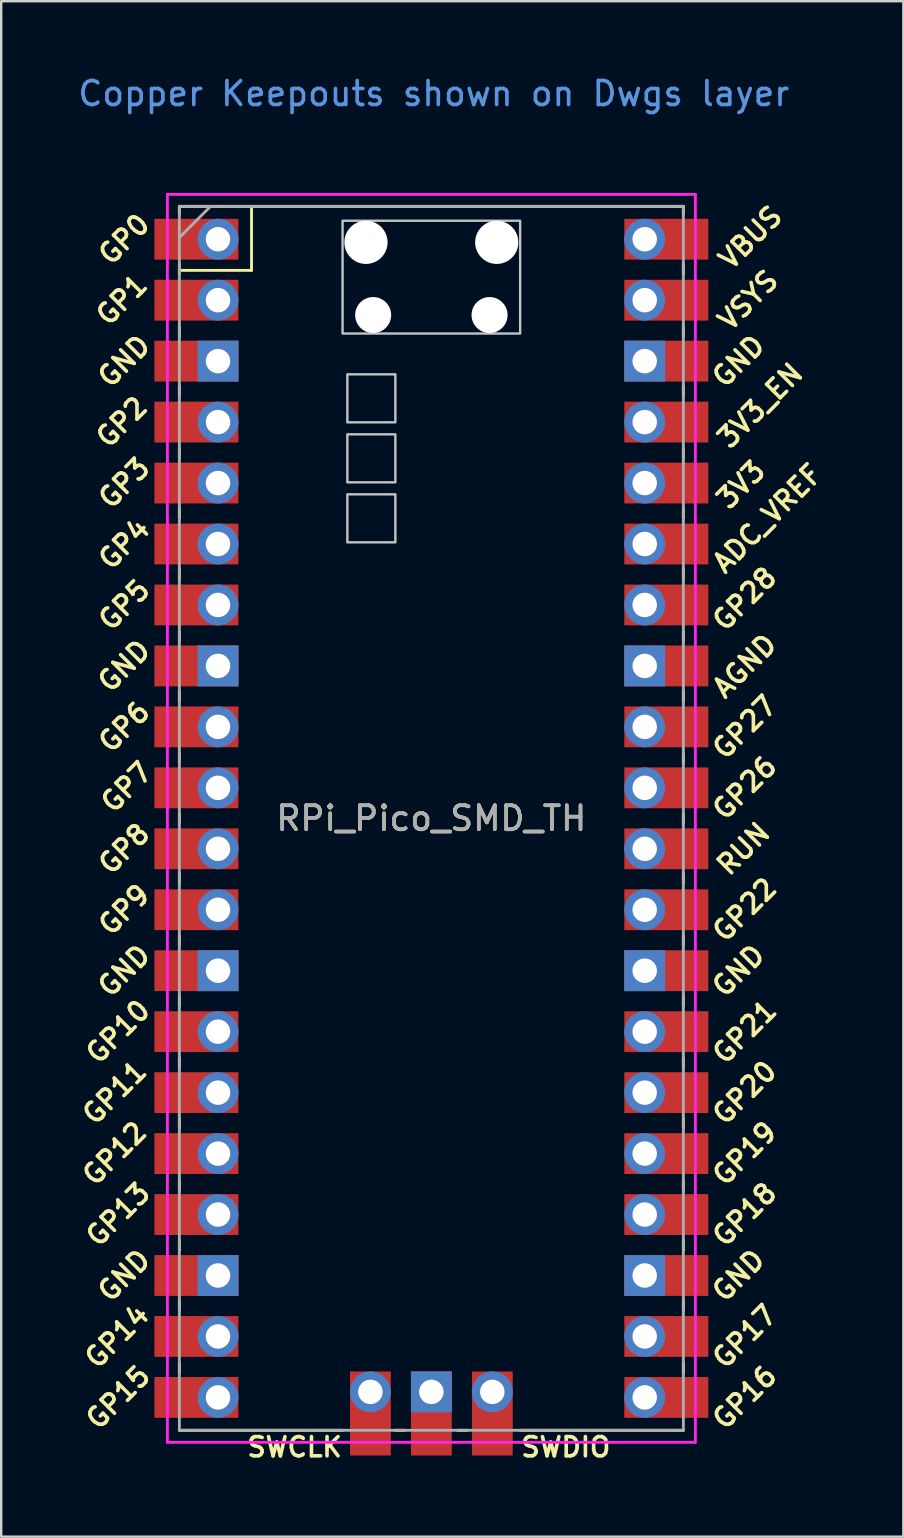
<source format=kicad_pcb>
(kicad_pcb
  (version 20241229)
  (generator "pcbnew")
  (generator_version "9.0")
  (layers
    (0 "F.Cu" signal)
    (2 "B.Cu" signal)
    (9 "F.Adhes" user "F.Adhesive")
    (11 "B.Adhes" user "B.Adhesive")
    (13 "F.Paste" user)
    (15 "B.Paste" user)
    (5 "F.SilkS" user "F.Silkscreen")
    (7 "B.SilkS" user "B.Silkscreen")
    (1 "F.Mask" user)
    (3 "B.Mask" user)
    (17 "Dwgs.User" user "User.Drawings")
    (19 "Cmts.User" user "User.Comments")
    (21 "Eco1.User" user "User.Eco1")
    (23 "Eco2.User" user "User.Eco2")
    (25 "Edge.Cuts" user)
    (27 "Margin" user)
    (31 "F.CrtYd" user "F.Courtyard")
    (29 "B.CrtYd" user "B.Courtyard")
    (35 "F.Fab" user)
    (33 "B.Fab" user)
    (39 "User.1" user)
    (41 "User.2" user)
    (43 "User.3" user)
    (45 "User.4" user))
  (footprint "RPi_Pico_SMD_TH"
    (layer "F.Cu")
    (at 14.924 31.048)
    (property "Reference" "RPi_Pico_SMD_TH" (at 0 0 180) (layer "F.SilkS") (effects (font (size 1 1) (thickness 0.15))))
    (attr through_hole)
    (fp_line (start -10.5 -25.5) (end -10.5 -25.2) (stroke (width 0.12) (type solid)) (layer "F.SilkS"))
    (fp_line (start -10.5 -25.5) (end 10.5 -25.5) (stroke (width 0.12) (type solid)) (layer "F.SilkS"))
    (fp_line (start -10.5 -23.1) (end -10.5 -22.7) (stroke (width 0.12) (type solid)) (layer "F.SilkS"))
    (fp_line (start -10.5 -22.833) (end -7.493 -22.833) (stroke (width 0.12) (type solid)) (layer "F.SilkS"))
    (fp_line (start -10.5 -20.5) (end -10.5 -20.1) (stroke (width 0.12) (type solid)) (layer "F.SilkS"))
    (fp_line (start -10.5 -18) (end -10.5 -17.6) (stroke (width 0.12) (type solid)) (layer "F.SilkS"))
    (fp_line (start -10.5 -15.4) (end -10.5 -15) (stroke (width 0.12) (type solid)) (layer "F.SilkS"))
    (fp_line (start -10.5 -12.9) (end -10.5 -12.5) (stroke (width 0.12) (type solid)) (layer "F.SilkS"))
    (fp_line (start -10.5 -10.4) (end -10.5 -10) (stroke (width 0.12) (type solid)) (layer "F.SilkS"))
    (fp_line (start -10.5 -7.8) (end -10.5 -7.4) (stroke (width 0.12) (type solid)) (layer "F.SilkS"))
    (fp_line (start -10.5 -5.3) (end -10.5 -4.9) (stroke (width 0.12) (type solid)) (layer "F.SilkS"))
    (fp_line (start -10.5 -2.7) (end -10.5 -2.3) (stroke (width 0.12) (type solid)) (layer "F.SilkS"))
    (fp_line (start -10.5 -0.2) (end -10.5 0.2) (stroke (width 0.12) (type solid)) (layer "F.SilkS"))
    (fp_line (start -10.5 2.3) (end -10.5 2.7) (stroke (width 0.12) (type solid)) (layer "F.SilkS"))
    (fp_line (start -10.5 4.9) (end -10.5 5.3) (stroke (width 0.12) (type solid)) (layer "F.SilkS"))
    (fp_line (start -10.5 7.4) (end -10.5 7.8) (stroke (width 0.12) (type solid)) (layer "F.SilkS"))
    (fp_line (start -10.5 10) (end -10.5 10.4) (stroke (width 0.12) (type solid)) (layer "F.SilkS"))
    (fp_line (start -10.5 12.5) (end -10.5 12.9) (stroke (width 0.12) (type solid)) (layer "F.SilkS"))
    (fp_line (start -10.5 15.1) (end -10.5 15.5) (stroke (width 0.12) (type solid)) (layer "F.SilkS"))
    (fp_line (start -10.5 17.6) (end -10.5 18) (stroke (width 0.12) (type solid)) (layer "F.SilkS"))
    (fp_line (start -10.5 20.1) (end -10.5 20.5) (stroke (width 0.12) (type solid)) (layer "F.SilkS"))
    (fp_line (start -10.5 22.7) (end -10.5 23.1) (stroke (width 0.12) (type solid)) (layer "F.SilkS"))
    (fp_line (start -7.493 -22.833) (end -7.493 -25.5) (stroke (width 0.12) (type solid)) (layer "F.SilkS"))
    (fp_line (start -3.7 25.5) (end -10.5 25.5) (stroke (width 0.12) (type solid)) (layer "F.SilkS"))
    (fp_line (start -1.5 25.5) (end -1.1 25.5) (stroke (width 0.12) (type solid)) (layer "F.SilkS"))
    (fp_line (start 1.1 25.5) (end 1.5 25.5) (stroke (width 0.12) (type solid)) (layer "F.SilkS"))
    (fp_line (start 10.5 -25.5) (end 10.5 -25.2) (stroke (width 0.12) (type solid)) (layer "F.SilkS"))
    (fp_line (start 10.5 -23.1) (end 10.5 -22.7) (stroke (width 0.12) (type solid)) (layer "F.SilkS"))
    (fp_line (start 10.5 -20.5) (end 10.5 -20.1) (stroke (width 0.12) (type solid)) (layer "F.SilkS"))
    (fp_line (start 10.5 -18) (end 10.5 -17.6) (stroke (width 0.12) (type solid)) (layer "F.SilkS"))
    (fp_line (start 10.5 -15.4) (end 10.5 -15) (stroke (width 0.12) (type solid)) (layer "F.SilkS"))
    (fp_line (start 10.5 -12.9) (end 10.5 -12.5) (stroke (width 0.12) (type solid)) (layer "F.SilkS"))
    (fp_line (start 10.5 -10.4) (end 10.5 -10) (stroke (width 0.12) (type solid)) (layer "F.SilkS"))
    (fp_line (start 10.5 -7.8) (end 10.5 -7.4) (stroke (width 0.12) (type solid)) (layer "F.SilkS"))
    (fp_line (start 10.5 -5.3) (end 10.5 -4.9) (stroke (width 0.12) (type solid)) (layer "F.SilkS"))
    (fp_line (start 10.5 -2.7) (end 10.5 -2.3) (stroke (width 0.12) (type solid)) (layer "F.SilkS"))
    (fp_line (start 10.5 -0.2) (end 10.5 0.2) (stroke (width 0.12) (type solid)) (layer "F.SilkS"))
    (fp_line (start 10.5 2.3) (end 10.5 2.7) (stroke (width 0.12) (type solid)) (layer "F.SilkS"))
    (fp_line (start 10.5 4.9) (end 10.5 5.3) (stroke (width 0.12) (type solid)) (layer "F.SilkS"))
    (fp_line (start 10.5 7.4) (end 10.5 7.8) (stroke (width 0.12) (type solid)) (layer "F.SilkS"))
    (fp_line (start 10.5 10) (end 10.5 10.4) (stroke (width 0.12) (type solid)) (layer "F.SilkS"))
    (fp_line (start 10.5 12.5) (end 10.5 12.9) (stroke (width 0.12) (type solid)) (layer "F.SilkS"))
    (fp_line (start 10.5 15.1) (end 10.5 15.5) (stroke (width 0.12) (type solid)) (layer "F.SilkS"))
    (fp_line (start 10.5 17.6) (end 10.5 18) (stroke (width 0.12) (type solid)) (layer "F.SilkS"))
    (fp_line (start 10.5 20.1) (end 10.5 20.5) (stroke (width 0.12) (type solid)) (layer "F.SilkS"))
    (fp_line (start 10.5 22.7) (end 10.5 23.1) (stroke (width 0.12) (type solid)) (layer "F.SilkS"))
    (fp_line (start 10.5 25.5) (end 3.7 25.5) (stroke (width 0.12) (type solid)) (layer "F.SilkS"))
    (fp_poly (pts (xy -1.5 -16.5) (xy -3.5 -16.5) (xy -3.5 -18.5) (xy -1.5 -18.5)) (stroke (width 0.1) (type solid)) (fill no) (layer "Dwgs.User"))
    (fp_poly (pts (xy -1.5 -14) (xy -3.5 -14) (xy -3.5 -16) (xy -1.5 -16)) (stroke (width 0.1) (type solid)) (fill no) (layer "Dwgs.User"))
    (fp_poly (pts (xy -1.5 -11.5) (xy -3.5 -11.5) (xy -3.5 -13.5) (xy -1.5 -13.5)) (stroke (width 0.1) (type solid)) (fill no) (layer "Dwgs.User"))
    (fp_poly (pts (xy 3.7 -20.2) (xy -3.7 -20.2) (xy -3.7 -24.9) (xy 3.7 -24.9)) (stroke (width 0.1) (type solid)) (fill no) (layer "Dwgs.User"))
    (fp_line (start -11 -26) (end 11 -26) (stroke (width 0.12) (type solid)) (layer "F.CrtYd"))
    (fp_line (start -11 26) (end -11 -26) (stroke (width 0.12) (type solid)) (layer "F.CrtYd"))
    (fp_line (start 11 -26) (end 11 26) (stroke (width 0.12) (type solid)) (layer "F.CrtYd"))
    (fp_line (start 11 26) (end -11 26) (stroke (width 0.12) (type solid)) (layer "F.CrtYd"))
    (fp_line (start -10.5 -25.5) (end 10.5 -25.5) (stroke (width 0.12) (type solid)) (layer "F.Fab"))
    (fp_line (start -10.5 -24.2) (end -9.2 -25.5) (stroke (width 0.12) (type solid)) (layer "F.Fab"))
    (fp_line (start -10.5 25.5) (end -10.5 -25.5) (stroke (width 0.12) (type solid)) (layer "F.Fab"))
    (fp_line (start 10.5 -25.5) (end 10.5 25.5) (stroke (width 0.12) (type solid)) (layer "F.Fab"))
    (fp_line (start 10.5 25.5) (end -10.5 25.5) (stroke (width 0.12) (type solid)) (layer "F.Fab"))
    (fp_text user "GP19" (at 13.054 13.97 225) (layer "F.SilkS") (effects (font (size 0.8 0.8) (thickness 0.15))))
    (fp_text user "GP6" (at -12.8 -3.81 225) (layer "F.SilkS") (effects (font (size 0.8 0.8) (thickness 0.15))))
    (fp_text user "GP17" (at 13.054 21.59 225) (layer "F.SilkS") (effects (font (size 0.8 0.8) (thickness 0.15))))
    (fp_text user "GP26" (at 13.054 -1.27 225) (layer "F.SilkS") (effects (font (size 0.8 0.8) (thickness 0.15))))
    (fp_text user "GND" (at -12.8 -6.35 225) (layer "F.SilkS") (effects (font (size 0.8 0.8) (thickness 0.15))))
    (fp_text user "GP28" (at 13.054 -9.144 225) (layer "F.SilkS") (effects (font (size 0.8 0.8) (thickness 0.15))))
    (fp_text user "AGND" (at 13.054 -6.35 225) (layer "F.SilkS") (effects (font (size 0.8 0.8) (thickness 0.15))))
    (fp_text user "GND" (at 12.8 19.05 225) (layer "F.SilkS") (effects (font (size 0.8 0.8) (thickness 0.15))))
    (fp_text user "GND" (at 12.8 6.35 225) (layer "F.SilkS") (effects (font (size 0.8 0.8) (thickness 0.15))))
    (fp_text user "GP14" (at -13.1 21.59 225) (layer "F.SilkS") (effects (font (size 0.8 0.8) (thickness 0.15))))
    (fp_text user "VSYS" (at 13.2 -21.59 225) (layer "F.SilkS") (effects (font (size 0.8 0.8) (thickness 0.15))))
    (fp_text user "GND" (at -12.8 19.05 225) (layer "F.SilkS") (effects (font (size 0.8 0.8) (thickness 0.15))))
    (fp_text user "GND" (at -12.8 -19.05 225) (layer "F.SilkS") (effects (font (size 0.8 0.8) (thickness 0.15))))
    (fp_text user "GND" (at -12.8 6.35 225) (layer "F.SilkS") (effects (font (size 0.8 0.8) (thickness 0.15))))
    (fp_text user "GP5" (at -12.8 -8.89 225) (layer "F.SilkS") (effects (font (size 0.8 0.8) (thickness 0.15))))
    (fp_text user "GP8" (at -12.8 1.27 225) (layer "F.SilkS") (effects (font (size 0.8 0.8) (thickness 0.15))))
    (fp_text user "GP16" (at 13.054 24.13 225) (layer "F.SilkS") (effects (font (size 0.8 0.8) (thickness 0.15))))
    (fp_text user "GP2" (at -12.9 -16.51 225) (layer "F.SilkS") (effects (font (size 0.8 0.8) (thickness 0.15))))
    (fp_text user "GP3" (at -12.8 -13.97 225) (layer "F.SilkS") (effects (font (size 0.8 0.8) (thickness 0.15))))
    (fp_text user "GP9" (at -12.8 3.81 225) (layer "F.SilkS") (effects (font (size 0.8 0.8) (thickness 0.15))))
    (fp_text user "GND" (at 12.8 -19.05 225) (layer "F.SilkS") (effects (font (size 0.8 0.8) (thickness 0.15))))
    (fp_text user "GP4" (at -12.8 -11.43 225) (layer "F.SilkS") (effects (font (size 0.8 0.8) (thickness 0.15))))
    (fp_text user "3V3" (at 12.9 -13.9 225) (layer "F.SilkS") (effects (font (size 0.8 0.8) (thickness 0.15))))
    (fp_text user "GP1" (at -12.9 -21.6 225) (layer "F.SilkS") (effects (font (size 0.8 0.8) (thickness 0.15))))
    (fp_text user "GP27" (at 13.054 -3.8 225) (layer "F.SilkS") (effects (font (size 0.8 0.8) (thickness 0.15))))
    (fp_text user "SWDIO" (at 5.6 26.2 180) (layer "F.SilkS") (effects (font (size 0.8 0.8) (thickness 0.15))))
    (fp_text user "GP15" (at -13.054 24.13 225) (layer "F.SilkS") (effects (font (size 0.8 0.8) (thickness 0.15))))
    (fp_text user "GP12" (at -13.2 13.97 225) (layer "F.SilkS") (effects (font (size 0.8 0.8) (thickness 0.15))))
    (fp_text user "GP10" (at -13.054 8.89 225) (layer "F.SilkS") (effects (font (size 0.8 0.8) (thickness 0.15))))
    (fp_text user "3V3_EN" (at 13.7 -17.2 225) (layer "F.SilkS") (effects (font (size 0.8 0.8) (thickness 0.15))))
    (fp_text user "RUN" (at 13 1.27 225) (layer "F.SilkS") (effects (font (size 0.8 0.8) (thickness 0.15))))
    (fp_text user "GP11" (at -13.2 11.43 225) (layer "F.SilkS") (effects (font (size 0.8 0.8) (thickness 0.15))))
    (fp_text user "SWCLK" (at -5.7 26.2 180) (layer "F.SilkS") (effects (font (size 0.8 0.8) (thickness 0.15))))
    (fp_text user "GP18" (at 13.054 16.51 225) (layer "F.SilkS") (effects (font (size 0.8 0.8) (thickness 0.15))))
    (fp_text user "GP13" (at -13.054 16.51 225) (layer "F.SilkS") (effects (font (size 0.8 0.8) (thickness 0.15))))
    (fp_text user "GP0" (at -12.8 -24.13 225) (layer "F.SilkS") (effects (font (size 0.8 0.8) (thickness 0.15))))
    (fp_text user "VBUS" (at 13.3 -24.2 225) (layer "F.SilkS") (effects (font (size 0.8 0.8) (thickness 0.15))))
    (fp_text user "GP22" (at 13.054 3.81 225) (layer "F.SilkS") (effects (font (size 0.8 0.8) (thickness 0.15))))
    (fp_text user "GP21" (at 13.054 8.9 225) (layer "F.SilkS") (effects (font (size 0.8 0.8) (thickness 0.15))))
    (fp_text user "GP20" (at 13.054 11.43 225) (layer "F.SilkS") (effects (font (size 0.8 0.8) (thickness 0.15))))
    (fp_text user "ADC_VREF" (at 14 -12.5 225) (layer "F.SilkS") (effects (font (size 0.8 0.8) (thickness 0.15))))
    (fp_text user "GP7" (at -12.7 -1.3 225) (layer "F.SilkS") (effects (font (size 0.8 0.8) (thickness 0.15))))
    (fp_text user "Copper Keepouts shown on Dwgs layer" (at 0.1 -30.2 180) (layer "Cmts.User") (effects (font (size 1 1) (thickness 0.15))))
    (fp_text user "${REFERENCE}" (at 0 0 180) (layer "F.Fab") (effects (font (size 1 1) (thickness 0.15))))
    (pad "" np_thru_hole oval (at -2.725 -24) (size 1.8 1.8) (drill 1.8) (layers "*.Cu" "*.Mask"))
    (pad "" np_thru_hole oval (at -2.425 -20.97) (size 1.5 1.5) (drill 1.5) (layers "*.Cu" "*.Mask"))
    (pad "" np_thru_hole oval (at 2.425 -20.97) (size 1.5 1.5) (drill 1.5) (layers "*.Cu" "*.Mask"))
    (pad "" np_thru_hole oval (at 2.725 -24) (size 1.8 1.8) (drill 1.8) (layers "*.Cu" "*.Mask"))
    (pad "1" thru_hole oval (at -8.89 -24.13) (size 1.7 1.7) (drill 1.02) (layers "*.Cu" "*.Mask"))
    (pad "1" smd rect (at -8.89 -24.13) (size 3.5 1.7) (drill (offset -0.9 0)) (layers "F.Cu" "F.Mask"))
    (pad "2" thru_hole oval (at -8.89 -21.59) (size 1.7 1.7) (drill 1.02) (layers "*.Cu" "*.Mask"))
    (pad "2" smd rect (at -8.89 -21.59) (size 3.5 1.7) (drill (offset -0.9 0)) (layers "F.Cu" "F.Mask"))
    (pad "3" thru_hole rect (at -8.89 -19.05) (size 1.7 1.7) (drill 1.02) (layers "*.Cu" "*.Mask"))
    (pad "3" smd rect (at -8.89 -19.05) (size 3.5 1.7) (drill (offset -0.9 0)) (layers "F.Cu" "F.Mask"))
    (pad "4" thru_hole oval (at -8.89 -16.51) (size 1.7 1.7) (drill 1.02) (layers "*.Cu" "*.Mask"))
    (pad "4" smd rect (at -8.89 -16.51) (size 3.5 1.7) (drill (offset -0.9 0)) (layers "F.Cu" "F.Mask"))
    (pad "5" thru_hole oval (at -8.89 -13.97) (size 1.7 1.7) (drill 1.02) (layers "*.Cu" "*.Mask"))
    (pad "5" smd rect (at -8.89 -13.97) (size 3.5 1.7) (drill (offset -0.9 0)) (layers "F.Cu" "F.Mask"))
    (pad "6" thru_hole oval (at -8.89 -11.43) (size 1.7 1.7) (drill 1.02) (layers "*.Cu" "*.Mask"))
    (pad "6" smd rect (at -8.89 -11.43) (size 3.5 1.7) (drill (offset -0.9 0)) (layers "F.Cu" "F.Mask"))
    (pad "7" thru_hole oval (at -8.89 -8.89) (size 1.7 1.7) (drill 1.02) (layers "*.Cu" "*.Mask"))
    (pad "7" smd rect (at -8.89 -8.89) (size 3.5 1.7) (drill (offset -0.9 0)) (layers "F.Cu" "F.Mask"))
    (pad "8" thru_hole rect (at -8.89 -6.35) (size 1.7 1.7) (drill 1.02) (layers "*.Cu" "*.Mask"))
    (pad "8" smd rect (at -8.89 -6.35) (size 3.5 1.7) (drill (offset -0.9 0)) (layers "F.Cu" "F.Mask"))
    (pad "9" thru_hole oval (at -8.89 -3.81) (size 1.7 1.7) (drill 1.02) (layers "*.Cu" "*.Mask"))
    (pad "9" smd rect (at -8.89 -3.81) (size 3.5 1.7) (drill (offset -0.9 0)) (layers "F.Cu" "F.Mask"))
    (pad "10" thru_hole oval (at -8.89 -1.27) (size 1.7 1.7) (drill 1.02) (layers "*.Cu" "*.Mask"))
    (pad "10" smd rect (at -8.89 -1.27) (size 3.5 1.7) (drill (offset -0.9 0)) (layers "F.Cu" "F.Mask"))
    (pad "11" thru_hole oval (at -8.89 1.27) (size 1.7 1.7) (drill 1.02) (layers "*.Cu" "*.Mask"))
    (pad "11" smd rect (at -8.89 1.27) (size 3.5 1.7) (drill (offset -0.9 0)) (layers "F.Cu" "F.Mask"))
    (pad "12" thru_hole oval (at -8.89 3.81) (size 1.7 1.7) (drill 1.02) (layers "*.Cu" "*.Mask"))
    (pad "12" smd rect (at -8.89 3.81) (size 3.5 1.7) (drill (offset -0.9 0)) (layers "F.Cu" "F.Mask"))
    (pad "13" thru_hole rect (at -8.89 6.35) (size 1.7 1.7) (drill 1.02) (layers "*.Cu" "*.Mask"))
    (pad "13" smd rect (at -8.89 6.35) (size 3.5 1.7) (drill (offset -0.9 0)) (layers "F.Cu" "F.Mask"))
    (pad "14" thru_hole oval (at -8.89 8.89) (size 1.7 1.7) (drill 1.02) (layers "*.Cu" "*.Mask"))
    (pad "14" smd rect (at -8.89 8.89) (size 3.5 1.7) (drill (offset -0.9 0)) (layers "F.Cu" "F.Mask"))
    (pad "15" thru_hole oval (at -8.89 11.43) (size 1.7 1.7) (drill 1.02) (layers "*.Cu" "*.Mask"))
    (pad "15" smd rect (at -8.89 11.43) (size 3.5 1.7) (drill (offset -0.9 0)) (layers "F.Cu" "F.Mask"))
    (pad "16" thru_hole oval (at -8.89 13.97) (size 1.7 1.7) (drill 1.02) (layers "*.Cu" "*.Mask"))
    (pad "16" smd rect (at -8.89 13.97) (size 3.5 1.7) (drill (offset -0.9 0)) (layers "F.Cu" "F.Mask"))
    (pad "17" thru_hole oval (at -8.89 16.51) (size 1.7 1.7) (drill 1.02) (layers "*.Cu" "*.Mask"))
    (pad "17" smd rect (at -8.89 16.51) (size 3.5 1.7) (drill (offset -0.9 0)) (layers "F.Cu" "F.Mask"))
    (pad "18" thru_hole rect (at -8.89 19.05) (size 1.7 1.7) (drill 1.02) (layers "*.Cu" "*.Mask"))
    (pad "18" smd rect (at -8.89 19.05) (size 3.5 1.7) (drill (offset -0.9 0)) (layers "F.Cu" "F.Mask"))
    (pad "19" thru_hole oval (at -8.89 21.59) (size 1.7 1.7) (drill 1.02) (layers "*.Cu" "*.Mask"))
    (pad "19" smd rect (at -8.89 21.59) (size 3.5 1.7) (drill (offset -0.9 0)) (layers "F.Cu" "F.Mask"))
    (pad "20" thru_hole oval (at -8.89 24.13) (size 1.7 1.7) (drill 1.02) (layers "*.Cu" "*.Mask"))
    (pad "20" smd rect (at -8.89 24.13) (size 3.5 1.7) (drill (offset -0.9 0)) (layers "F.Cu" "F.Mask"))
    (pad "21" thru_hole oval (at 8.89 24.13) (size 1.7 1.7) (drill 1.02) (layers "*.Cu" "*.Mask"))
    (pad "21" smd rect (at 8.89 24.13) (size 3.5 1.7) (drill (offset 0.9 0)) (layers "F.Cu" "F.Mask"))
    (pad "22" thru_hole oval (at 8.89 21.59) (size 1.7 1.7) (drill 1.02) (layers "*.Cu" "*.Mask"))
    (pad "22" smd rect (at 8.89 21.59) (size 3.5 1.7) (drill (offset 0.9 0)) (layers "F.Cu" "F.Mask"))
    (pad "23" thru_hole rect (at 8.89 19.05) (size 1.7 1.7) (drill 1.02) (layers "*.Cu" "*.Mask"))
    (pad "23" smd rect (at 8.89 19.05) (size 3.5 1.7) (drill (offset 0.9 0)) (layers "F.Cu" "F.Mask"))
    (pad "24" thru_hole oval (at 8.89 16.51) (size 1.7 1.7) (drill 1.02) (layers "*.Cu" "*.Mask"))
    (pad "24" smd rect (at 8.89 16.51) (size 3.5 1.7) (drill (offset 0.9 0)) (layers "F.Cu" "F.Mask"))
    (pad "25" thru_hole oval (at 8.89 13.97) (size 1.7 1.7) (drill 1.02) (layers "*.Cu" "*.Mask"))
    (pad "25" smd rect (at 8.89 13.97) (size 3.5 1.7) (drill (offset 0.9 0)) (layers "F.Cu" "F.Mask"))
    (pad "26" thru_hole oval (at 8.89 11.43) (size 1.7 1.7) (drill 1.02) (layers "*.Cu" "*.Mask"))
    (pad "26" smd rect (at 8.89 11.43) (size 3.5 1.7) (drill (offset 0.9 0)) (layers "F.Cu" "F.Mask"))
    (pad "27" thru_hole oval (at 8.89 8.89) (size 1.7 1.7) (drill 1.02) (layers "*.Cu" "*.Mask"))
    (pad "27" smd rect (at 8.89 8.89) (size 3.5 1.7) (drill (offset 0.9 0)) (layers "F.Cu" "F.Mask"))
    (pad "28" thru_hole rect (at 8.89 6.35) (size 1.7 1.7) (drill 1.02) (layers "*.Cu" "*.Mask"))
    (pad "28" smd rect (at 8.89 6.35) (size 3.5 1.7) (drill (offset 0.9 0)) (layers "F.Cu" "F.Mask"))
    (pad "29" thru_hole oval (at 8.89 3.81) (size 1.7 1.7) (drill 1.02) (layers "*.Cu" "*.Mask"))
    (pad "29" smd rect (at 8.89 3.81) (size 3.5 1.7) (drill (offset 0.9 0)) (layers "F.Cu" "F.Mask"))
    (pad "30" thru_hole oval (at 8.89 1.27) (size 1.7 1.7) (drill 1.02) (layers "*.Cu" "*.Mask"))
    (pad "30" smd rect (at 8.89 1.27) (size 3.5 1.7) (drill (offset 0.9 0)) (layers "F.Cu" "F.Mask"))
    (pad "31" thru_hole oval (at 8.89 -1.27) (size 1.7 1.7) (drill 1.02) (layers "*.Cu" "*.Mask"))
    (pad "31" smd rect (at 8.89 -1.27) (size 3.5 1.7) (drill (offset 0.9 0)) (layers "F.Cu" "F.Mask"))
    (pad "32" thru_hole oval (at 8.89 -3.81) (size 1.7 1.7) (drill 1.02) (layers "*.Cu" "*.Mask"))
    (pad "32" smd rect (at 8.89 -3.81) (size 3.5 1.7) (drill (offset 0.9 0)) (layers "F.Cu" "F.Mask"))
    (pad "33" thru_hole rect (at 8.89 -6.35) (size 1.7 1.7) (drill 1.02) (layers "*.Cu" "*.Mask"))
    (pad "33" smd rect (at 8.89 -6.35) (size 3.5 1.7) (drill (offset 0.9 0)) (layers "F.Cu" "F.Mask"))
    (pad "34" thru_hole oval (at 8.89 -8.89) (size 1.7 1.7) (drill 1.02) (layers "*.Cu" "*.Mask"))
    (pad "34" smd rect (at 8.89 -8.89) (size 3.5 1.7) (drill (offset 0.9 0)) (layers "F.Cu" "F.Mask"))
    (pad "35" thru_hole oval (at 8.89 -11.43) (size 1.7 1.7) (drill 1.02) (layers "*.Cu" "*.Mask"))
    (pad "35" smd rect (at 8.89 -11.43) (size 3.5 1.7) (drill (offset 0.9 0)) (layers "F.Cu" "F.Mask"))
    (pad "36" thru_hole oval (at 8.89 -13.97) (size 1.7 1.7) (drill 1.02) (layers "*.Cu" "*.Mask"))
    (pad "36" smd rect (at 8.89 -13.97) (size 3.5 1.7) (drill (offset 0.9 0)) (layers "F.Cu" "F.Mask"))
    (pad "37" thru_hole oval (at 8.89 -16.51) (size 1.7 1.7) (drill 1.02) (layers "*.Cu" "*.Mask"))
    (pad "37" smd rect (at 8.89 -16.51) (size 3.5 1.7) (drill (offset 0.9 0)) (layers "F.Cu" "F.Mask"))
    (pad "38" thru_hole rect (at 8.89 -19.05) (size 1.7 1.7) (drill 1.02) (layers "*.Cu" "*.Mask"))
    (pad "38" smd rect (at 8.89 -19.05) (size 3.5 1.7) (drill (offset 0.9 0)) (layers "F.Cu" "F.Mask"))
    (pad "39" thru_hole oval (at 8.89 -21.59) (size 1.7 1.7) (drill 1.02) (layers "*.Cu" "*.Mask"))
    (pad "39" smd rect (at 8.89 -21.59) (size 3.5 1.7) (drill (offset 0.9 0)) (layers "F.Cu" "F.Mask"))
    (pad "40" thru_hole oval (at 8.89 -24.13) (size 1.7 1.7) (drill 1.02) (layers "*.Cu" "*.Mask"))
    (pad "40" smd rect (at 8.89 -24.13) (size 3.5 1.7) (drill (offset 0.9 0)) (layers "F.Cu" "F.Mask"))
    (pad "41" thru_hole oval (at -2.54 23.9) (size 1.7 1.7) (drill 1.02) (layers "*.Cu" "*.Mask"))
    (pad "41" smd rect (at -2.54 23.9 90) (size 3.5 1.7) (drill (offset -0.9 0)) (layers "F.Cu" "F.Mask"))
    (pad "42" thru_hole rect (at 0 23.9) (size 1.7 1.7) (drill 1.02) (layers "*.Cu" "*.Mask"))
    (pad "42" smd rect (at 0 23.9 90) (size 3.5 1.7) (drill (offset -0.9 0)) (layers "F.Cu" "F.Mask"))
    (pad "43" thru_hole oval (at 2.54 23.9) (size 1.7 1.7) (drill 1.02) (layers "*.Cu" "*.Mask"))
    (pad "43" smd rect (at 2.54 23.9 90) (size 3.5 1.7) (drill (offset -0.9 0)) (layers "F.Cu" "F.Mask")))
  (gr_rect
    (start -3 -3)
    (end 34.591 60.98)
    (stroke (width 0.1) (type default))
    (fill no)
    (layer "Edge.Cuts")))
</source>
